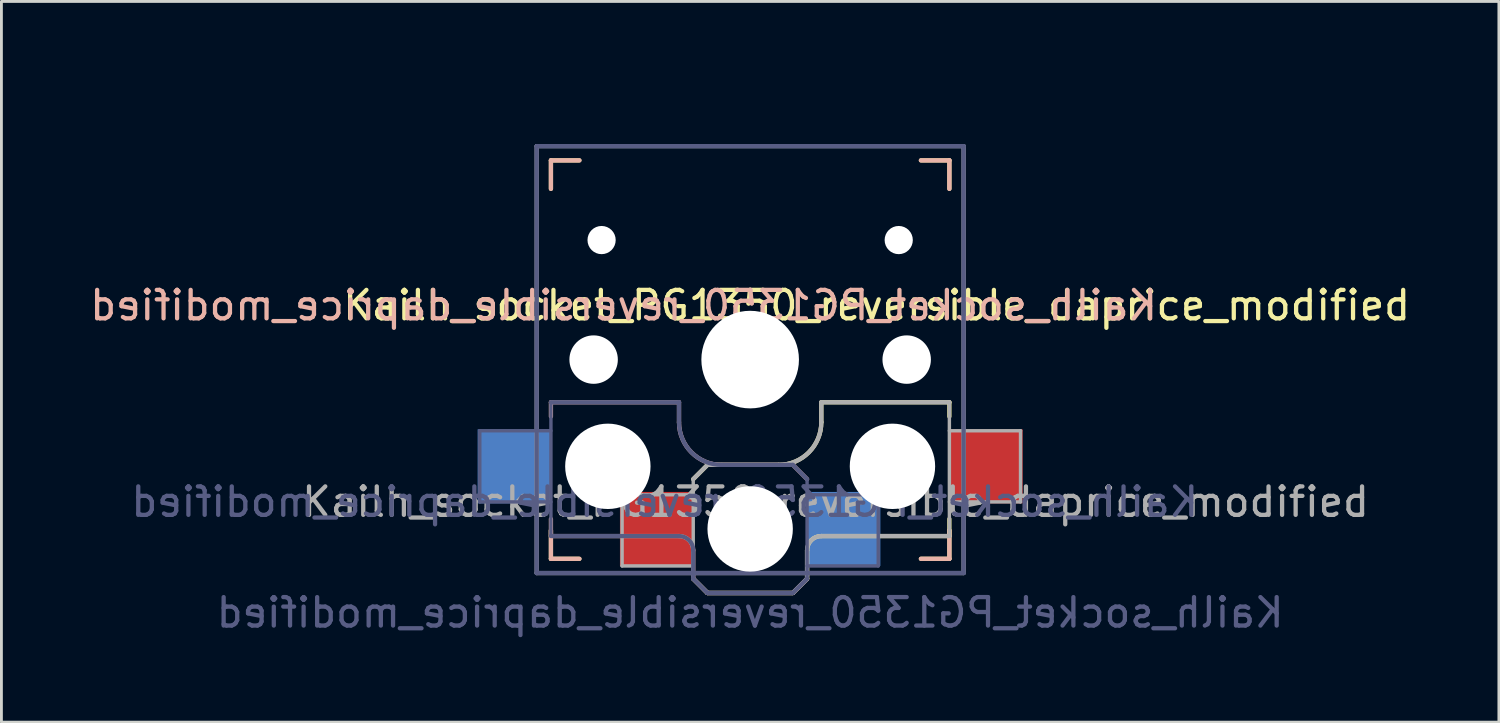
<source format=kicad_pcb>
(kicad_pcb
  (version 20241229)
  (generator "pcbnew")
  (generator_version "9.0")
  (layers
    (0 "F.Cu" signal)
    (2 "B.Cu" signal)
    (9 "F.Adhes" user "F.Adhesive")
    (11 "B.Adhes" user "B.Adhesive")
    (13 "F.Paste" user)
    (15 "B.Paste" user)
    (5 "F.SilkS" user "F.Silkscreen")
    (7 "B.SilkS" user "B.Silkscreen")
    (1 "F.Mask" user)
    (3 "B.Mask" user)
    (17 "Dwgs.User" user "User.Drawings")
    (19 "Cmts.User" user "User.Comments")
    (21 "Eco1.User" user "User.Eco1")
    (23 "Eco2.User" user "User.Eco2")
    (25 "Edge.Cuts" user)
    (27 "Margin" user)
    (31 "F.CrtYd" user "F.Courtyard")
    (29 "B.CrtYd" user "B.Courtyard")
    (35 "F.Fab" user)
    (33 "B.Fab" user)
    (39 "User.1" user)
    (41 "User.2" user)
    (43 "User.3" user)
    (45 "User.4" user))
  (footprint "Kailh_socket_PG1350_reversible_daprice_modified"
    (layer "F.Cu")
    (at 23.308 9.585)
    (property "Reference" "Kailh_socket_PG1350_reversible_daprice_modified" (at 4.445 -1.905 0) (layer "F.SilkS") (effects (font (size 1 1) (thickness 0.15))))
    (property "Value" "Kailh_socket_PG1350_reversible_daprice_modified" (at 0 8.89 0) (layer "F.Fab") (hide yes) (effects (font (size 1 1) (thickness 0.15))))
    (attr smd)
    (fp_line (start -7 -7) (end -6 -7) (stroke (width 0.15) (type solid)) (layer "F.SilkS"))
    (fp_line (start -7 -6) (end -7 -7) (stroke (width 0.15) (type solid)) (layer "F.SilkS"))
    (fp_line (start -7 7) (end -7 6) (stroke (width 0.15) (type solid)) (layer "F.SilkS"))
    (fp_line (start -6 7) (end -7 7) (stroke (width 0.15) (type solid)) (layer "F.SilkS"))
    (fp_line (start -2 4.2) (end -1.5 3.7) (stroke (width 0.15) (type solid)) (layer "F.SilkS"))
    (fp_line (start -2 7.7) (end -1.5 8.2) (stroke (width 0.15) (type solid)) (layer "F.SilkS"))
    (fp_line (start -1.5 3.7) (end 1 3.7) (stroke (width 0.15) (type solid)) (layer "F.SilkS"))
    (fp_line (start -1.5 8.2) (end 1.5 8.2) (stroke (width 0.15) (type solid)) (layer "F.SilkS"))
    (fp_line (start 1.5 8.2) (end 2 7.7) (stroke (width 0.15) (type solid)) (layer "F.SilkS"))
    (fp_line (start 2 6.7) (end 2 7.7) (stroke (width 0.15) (type solid)) (layer "F.SilkS"))
    (fp_line (start 2.5 1.5) (end 7 1.5) (stroke (width 0.15) (type solid)) (layer "F.SilkS"))
    (fp_line (start 2.5 2.2) (end 2.5 1.5) (stroke (width 0.15) (type solid)) (layer "F.SilkS"))
    (fp_line (start 6 -7) (end 7 -7) (stroke (width 0.15) (type solid)) (layer "F.SilkS"))
    (fp_line (start 7 -7) (end 7 -6) (stroke (width 0.15) (type solid)) (layer "F.SilkS"))
    (fp_line (start 7 1.5) (end 7 2) (stroke (width 0.15) (type solid)) (layer "F.SilkS"))
    (fp_line (start 7 5.6) (end 7 6.2) (stroke (width 0.15) (type solid)) (layer "F.SilkS"))
    (fp_line (start 7 6) (end 7 7) (stroke (width 0.15) (type solid)) (layer "F.SilkS"))
    (fp_line (start 7 6.2) (end 2.5 6.2) (stroke (width 0.15) (type solid)) (layer "F.SilkS"))
    (fp_line (start 7 7) (end 6 7) (stroke (width 0.15) (type solid)) (layer "F.SilkS"))
    (fp_arc (start 2 6.7) (mid 2.146447 6.346447) (end 2.5 6.2) (stroke (width 0.15) (type solid)) (layer "F.SilkS"))
    (fp_arc (start 2.5 2.2) (mid 2.06066 3.26066) (end 1 3.7) (stroke (width 0.15) (type solid)) (layer "F.SilkS"))
    (fp_line (start -7 -7) (end -6 -7) (stroke (width 0.15) (type solid)) (layer "B.SilkS"))
    (fp_line (start -7 -6) (end -7 -7) (stroke (width 0.15) (type solid)) (layer "B.SilkS"))
    (fp_line (start -7 1.5) (end -7 2) (stroke (width 0.15) (type solid)) (layer "B.SilkS"))
    (fp_line (start -7 5.6) (end -7 6.2) (stroke (width 0.15) (type solid)) (layer "B.SilkS"))
    (fp_line (start -7 6.2) (end -2.5 6.2) (stroke (width 0.15) (type solid)) (layer "B.SilkS"))
    (fp_line (start -7 7) (end -7 6) (stroke (width 0.15) (type solid)) (layer "B.SilkS"))
    (fp_line (start -6 7) (end -7 7) (stroke (width 0.15) (type solid)) (layer "B.SilkS"))
    (fp_line (start -2.5 1.5) (end -7 1.5) (stroke (width 0.15) (type solid)) (layer "B.SilkS"))
    (fp_line (start -2.5 2.2) (end -2.5 1.5) (stroke (width 0.15) (type solid)) (layer "B.SilkS"))
    (fp_line (start -2 6.7) (end -2 7.7) (stroke (width 0.15) (type solid)) (layer "B.SilkS"))
    (fp_line (start -1.5 8.2) (end -2 7.7) (stroke (width 0.15) (type solid)) (layer "B.SilkS"))
    (fp_line (start 1.5 3.7) (end -1 3.7) (stroke (width 0.15) (type solid)) (layer "B.SilkS"))
    (fp_line (start 1.5 8.2) (end -1.5 8.2) (stroke (width 0.15) (type solid)) (layer "B.SilkS"))
    (fp_line (start 2 4.2) (end 1.5 3.7) (stroke (width 0.15) (type solid)) (layer "B.SilkS"))
    (fp_line (start 2 7.7) (end 1.5 8.2) (stroke (width 0.15) (type solid)) (layer "B.SilkS"))
    (fp_line (start 6 -7) (end 7 -7) (stroke (width 0.15) (type solid)) (layer "B.SilkS"))
    (fp_line (start 7 -7) (end 7 -6) (stroke (width 0.15) (type solid)) (layer "B.SilkS"))
    (fp_line (start 7 6) (end 7 7) (stroke (width 0.15) (type solid)) (layer "B.SilkS"))
    (fp_line (start 7 7) (end 6 7) (stroke (width 0.15) (type solid)) (layer "B.SilkS"))
    (fp_arc (start -2.5 6.2) (mid -2.146447 6.346447) (end -2 6.7) (stroke (width 0.15) (type solid)) (layer "B.SilkS"))
    (fp_arc (start -1 3.7) (mid -2.06066 3.26066) (end -2.5 2.2) (stroke (width 0.15) (type solid)) (layer "B.SilkS"))
    (fp_line (start -9.525 -9.525) (end -9.525 9.525) (stroke (width 0.12) (type solid)) (layer "Eco1.User"))
    (fp_line (start -9.525 9.525) (end 9.525 9.525) (stroke (width 0.12) (type solid)) (layer "Eco1.User"))
    (fp_line (start 9.525 -9.525) (end -9.525 -9.525) (stroke (width 0.12) (type solid)) (layer "Eco1.User"))
    (fp_line (start 9.525 9.525) (end 9.525 -9.525) (stroke (width 0.12) (type solid)) (layer "Eco1.User"))
    (fp_line (start -6.9 6.9) (end -6.9 -6.9) (stroke (width 0.15) (type solid)) (layer "Eco2.User"))
    (fp_line (start -6.9 6.9) (end 6.9 6.9) (stroke (width 0.15) (type solid)) (layer "Eco2.User"))
    (fp_line (start -2.6 -3.1) (end -2.6 -6.3) (stroke (width 0.15) (type solid)) (layer "Eco2.User"))
    (fp_line (start -2.6 -3.1) (end 2.6 -3.1) (stroke (width 0.15) (type solid)) (layer "Eco2.User"))
    (fp_line (start 2.6 -6.3) (end -2.6 -6.3) (stroke (width 0.15) (type solid)) (layer "Eco2.User"))
    (fp_line (start 2.6 -3.1) (end 2.6 -6.3) (stroke (width 0.15) (type solid)) (layer "Eco2.User"))
    (fp_line (start 6.9 -6.9) (end -6.9 -6.9) (stroke (width 0.15) (type solid)) (layer "Eco2.User"))
    (fp_line (start 6.9 -6.9) (end 6.9 6.9) (stroke (width 0.15) (type solid)) (layer "Eco2.User"))
    (fp_line (start -9.5 2.5) (end -7 2.5) (stroke (width 0.12) (type solid)) (layer "B.Fab"))
    (fp_line (start -9.5 5) (end -9.5 2.5) (stroke (width 0.12) (type solid)) (layer "B.Fab"))
    (fp_line (start -7.5 -7.5) (end 7.5 -7.5) (stroke (width 0.15) (type solid)) (layer "B.Fab"))
    (fp_line (start -7.5 7.5) (end -7.5 -7.5) (stroke (width 0.15) (type solid)) (layer "B.Fab"))
    (fp_line (start -7 1.5) (end -7 6.2) (stroke (width 0.12) (type solid)) (layer "B.Fab"))
    (fp_line (start -7 5) (end -9.5 5) (stroke (width 0.12) (type solid)) (layer "B.Fab"))
    (fp_line (start -7 6.2) (end -2.5 6.2) (stroke (width 0.15) (type solid)) (layer "B.Fab"))
    (fp_line (start -2.5 1.5) (end -7 1.5) (stroke (width 0.15) (type solid)) (layer "B.Fab"))
    (fp_line (start -2.5 2.2) (end -2.5 1.5) (stroke (width 0.15) (type solid)) (layer "B.Fab"))
    (fp_line (start -2 6.7) (end -2 7.7) (stroke (width 0.15) (type solid)) (layer "B.Fab"))
    (fp_line (start -1.5 8.2) (end -2 7.7) (stroke (width 0.15) (type solid)) (layer "B.Fab"))
    (fp_line (start 1.5 3.7) (end -1 3.7) (stroke (width 0.15) (type solid)) (layer "B.Fab"))
    (fp_line (start 1.5 8.2) (end -1.5 8.2) (stroke (width 0.15) (type solid)) (layer "B.Fab"))
    (fp_line (start 2 4.2) (end 1.5 3.7) (stroke (width 0.15) (type solid)) (layer "B.Fab"))
    (fp_line (start 2 4.25) (end 2 7.7) (stroke (width 0.12) (type solid)) (layer "B.Fab"))
    (fp_line (start 2 4.75) (end 4.5 4.75) (stroke (width 0.12) (type solid)) (layer "B.Fab"))
    (fp_line (start 2 7.7) (end 1.5 8.2) (stroke (width 0.15) (type solid)) (layer "B.Fab"))
    (fp_line (start 4.5 4.75) (end 4.5 7.25) (stroke (width 0.12) (type solid)) (layer "B.Fab"))
    (fp_line (start 4.5 7.25) (end 2 7.25) (stroke (width 0.12) (type solid)) (layer "B.Fab"))
    (fp_line (start 7.5 -7.5) (end 7.5 7.5) (stroke (width 0.15) (type solid)) (layer "B.Fab"))
    (fp_line (start 7.5 7.5) (end -7.5 7.5) (stroke (width 0.15) (type solid)) (layer "B.Fab"))
    (fp_arc (start -2.5 6.2) (mid -2.146447 6.346447) (end -2 6.7) (stroke (width 0.15) (type solid)) (layer "B.Fab"))
    (fp_arc (start -1 3.7) (mid -2.06066 3.26066) (end -2.5 2.2) (stroke (width 0.15) (type solid)) (layer "B.Fab"))
    (fp_line (start -7.5 -7.5) (end 7.5 -7.5) (stroke (width 0.15) (type solid)) (layer "F.Fab"))
    (fp_line (start -7.5 7.5) (end -7.5 -7.5) (stroke (width 0.15) (type solid)) (layer "F.Fab"))
    (fp_line (start -4.5 4.75) (end -4.5 7.25) (stroke (width 0.12) (type solid)) (layer "F.Fab"))
    (fp_line (start -4.5 7.25) (end -2 7.25) (stroke (width 0.12) (type solid)) (layer "F.Fab"))
    (fp_line (start -2 4.2) (end -1.5 3.7) (stroke (width 0.15) (type solid)) (layer "F.Fab"))
    (fp_line (start -2 4.25) (end -2 7.7) (stroke (width 0.12) (type solid)) (layer "F.Fab"))
    (fp_line (start -2 4.75) (end -4.5 4.75) (stroke (width 0.12) (type solid)) (layer "F.Fab"))
    (fp_line (start -2 7.7) (end -1.5 8.2) (stroke (width 0.15) (type solid)) (layer "F.Fab"))
    (fp_line (start -1.5 3.7) (end 1 3.7) (stroke (width 0.15) (type solid)) (layer "F.Fab"))
    (fp_line (start -1.5 8.2) (end 1.5 8.2) (stroke (width 0.15) (type solid)) (layer "F.Fab"))
    (fp_line (start 1.5 8.2) (end 2 7.7) (stroke (width 0.15) (type solid)) (layer "F.Fab"))
    (fp_line (start 2 6.7) (end 2 7.7) (stroke (width 0.15) (type solid)) (layer "F.Fab"))
    (fp_line (start 2.5 1.5) (end 7 1.5) (stroke (width 0.15) (type solid)) (layer "F.Fab"))
    (fp_line (start 2.5 2.2) (end 2.5 1.5) (stroke (width 0.15) (type solid)) (layer "F.Fab"))
    (fp_line (start 7 1.5) (end 7 6.2) (stroke (width 0.12) (type solid)) (layer "F.Fab"))
    (fp_line (start 7 5) (end 9.5 5) (stroke (width 0.12) (type solid)) (layer "F.Fab"))
    (fp_line (start 7 6.2) (end 2.5 6.2) (stroke (width 0.15) (type solid)) (layer "F.Fab"))
    (fp_line (start 7.5 -7.5) (end 7.5 7.5) (stroke (width 0.15) (type solid)) (layer "F.Fab"))
    (fp_line (start 7.5 7.5) (end -7.5 7.5) (stroke (width 0.15) (type solid)) (layer "F.Fab"))
    (fp_line (start 9.5 2.5) (end 7 2.5) (stroke (width 0.12) (type solid)) (layer "F.Fab"))
    (fp_line (start 9.5 5) (end 9.5 2.5) (stroke (width 0.12) (type solid)) (layer "F.Fab"))
    (fp_arc (start 2 6.7) (mid 2.146447 6.346447) (end 2.5 6.2) (stroke (width 0.15) (type solid)) (layer "F.Fab"))
    (fp_arc (start 2.5 2.2) (mid 2.06066 3.26066) (end 1 3.7) (stroke (width 0.15) (type solid)) (layer "F.Fab"))
    (fp_text user "${REFERENCE}" (at -4.445 -1.905 0) (layer "B.SilkS") (effects (font (size 1 1) (thickness 0.15)) (justify mirror)))
    (fp_text user "${VALUE}" (at 0 8.89 0) (layer "B.Fab") (effects (font (size 1 1) (thickness 0.15)) (justify mirror)))
    (fp_text user "${REFERENCE}" (at -3 5 0) (layer "B.Fab") (effects (font (size 1 1) (thickness 0.15)) (justify mirror)))
    (fp_text user "${REFERENCE}" (at 3 5 180) (layer "F.Fab") (effects (font (size 1 1) (thickness 0.15))))
    (pad "" np_thru_hole circle (at -5.5 0) (size 1.702 1.702) (drill 1.702) (layers "*.Cu" "*.Mask"))
    (pad "" np_thru_hole circle (at -5.22 -4.2) (size 0.991 0.991) (drill 0.991) (layers "*.Cu" "*.Mask"))
    (pad "" np_thru_hole circle (at -5 3.75) (size 3 3) (drill 3) (layers "*.Cu" "*.Mask"))
    (pad "" np_thru_hole circle (at 0 0) (size 3.429 3.429) (drill 3.429) (layers "*.Cu" "*.Mask"))
    (pad "" np_thru_hole circle (at 0 5.95) (size 3 3) (drill 3) (layers "*.Cu" "*.Mask"))
    (pad "" np_thru_hole circle (at 5 3.75) (size 3 3) (drill 3) (layers "*.Cu" "*.Mask"))
    (pad "" np_thru_hole circle (at 5.22 -4.2) (size 0.991 0.991) (drill 0.991) (layers "*.Cu" "*.Mask"))
    (pad "" np_thru_hole circle (at 5.5 0) (size 1.702 1.702) (drill 1.702) (layers "*.Cu" "*.Mask"))
    (pad "1" smd rect (at -3.275 5.95) (size 2.6 2.6) (layers "F.Cu" "F.Mask" "F.Paste"))
    (pad "1" smd rect (at 3.275 5.95) (size 2.6 2.6) (layers "B.Cu" "B.Mask" "B.Paste"))
    (pad "2" smd rect (at -8.275 3.75) (size 2.6 2.6) (layers "B.Cu" "B.Mask" "B.Paste"))
    (pad "2" smd rect (at 8.275 3.75) (size 2.6 2.6) (layers "F.Cu" "F.Mask" "F.Paste")))
  (gr_rect
    (start -3 -3)
    (end 49.616 22.323)
    (stroke (width 0.1) (type default))
    (fill no)
    (layer "Edge.Cuts")))
</source>
